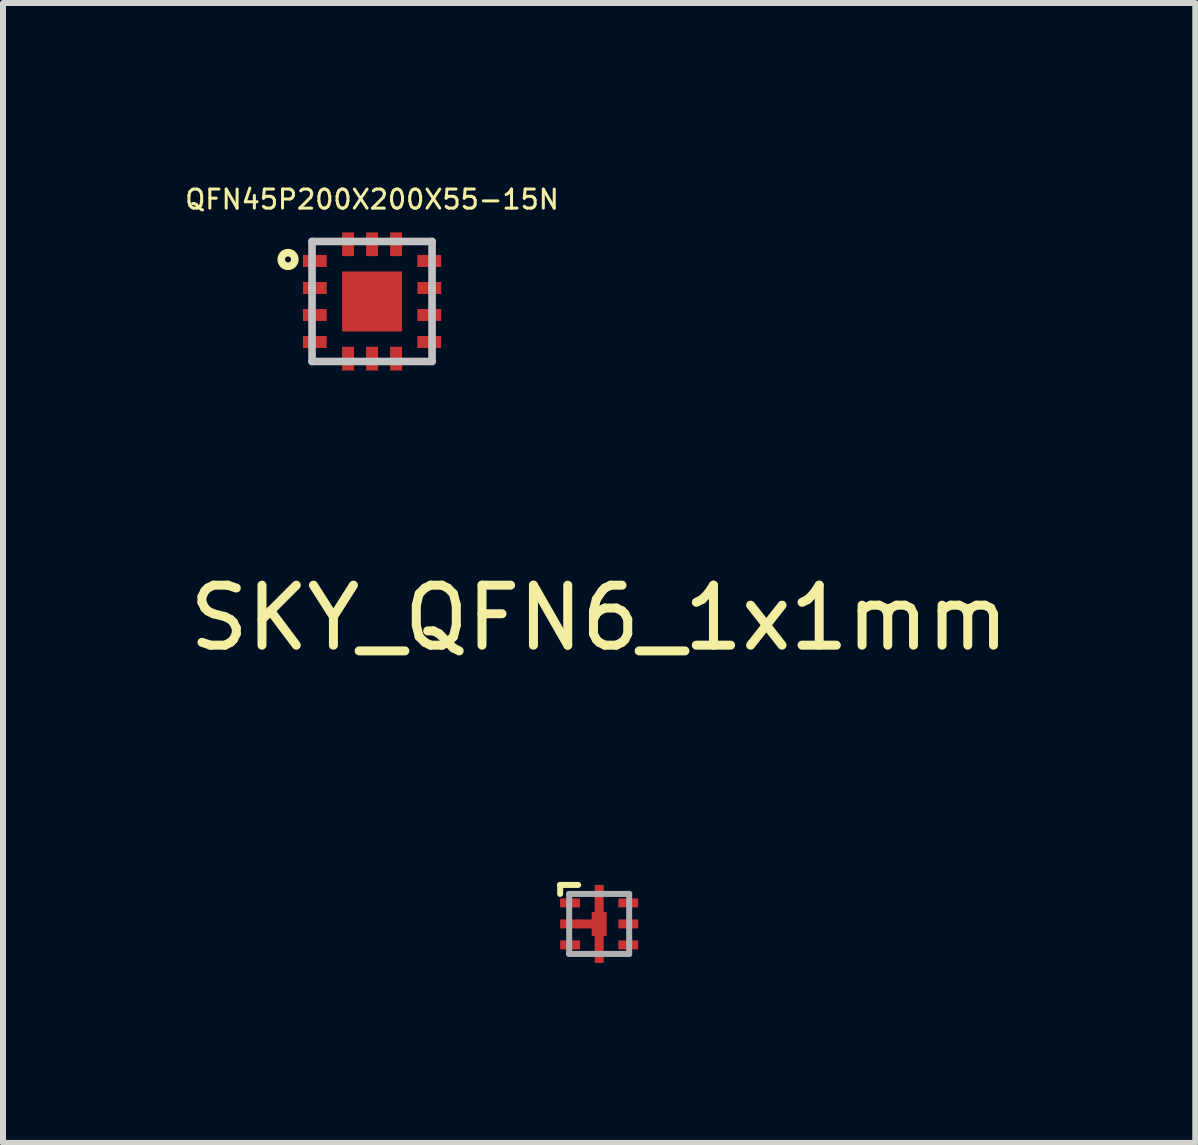
<source format=kicad_pcb>
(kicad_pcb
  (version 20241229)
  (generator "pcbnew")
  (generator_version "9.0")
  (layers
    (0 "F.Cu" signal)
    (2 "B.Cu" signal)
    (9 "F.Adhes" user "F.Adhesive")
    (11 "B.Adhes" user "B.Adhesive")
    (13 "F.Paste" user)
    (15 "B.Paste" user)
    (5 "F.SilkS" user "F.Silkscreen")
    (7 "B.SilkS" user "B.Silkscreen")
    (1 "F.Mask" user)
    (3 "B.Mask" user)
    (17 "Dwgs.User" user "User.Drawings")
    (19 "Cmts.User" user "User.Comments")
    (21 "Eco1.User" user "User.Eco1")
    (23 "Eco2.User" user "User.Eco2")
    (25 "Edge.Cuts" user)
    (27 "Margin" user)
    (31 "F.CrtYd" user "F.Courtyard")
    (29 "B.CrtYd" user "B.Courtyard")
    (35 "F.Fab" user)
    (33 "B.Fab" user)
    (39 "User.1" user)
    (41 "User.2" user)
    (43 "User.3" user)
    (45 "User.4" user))
  (footprint "SKY_QFN6_1x1mm"
    (layer "F.Cu")
    (at 6.935 12.347)
    (property "Reference" "SKY_QFN6_1x1mm" (at 0 -5.1 0) (layer "F.SilkS") (effects (font (size 1 1) (thickness 0.15))))
    (attr through_hole)
    (fp_line (start -0.65 -0.65) (end -0.65 -0.5) (stroke (width 0.1) (type solid)) (layer "F.SilkS"))
    (fp_line (start -0.35 -0.65) (end -0.65 -0.65) (stroke (width 0.1) (type solid)) (layer "F.SilkS"))
    (fp_line (start -0.5 -0.5) (end -0.5 0.5) (stroke (width 0.1) (type solid)) (layer "F.Fab"))
    (fp_line (start -0.5 -0.5) (end 0.5 -0.5) (stroke (width 0.1) (type solid)) (layer "F.Fab"))
    (fp_line (start -0.5 0.5) (end 0.5 0.5) (stroke (width 0.1) (type solid)) (layer "F.Fab"))
    (fp_line (start 0.5 -0.5) (end 0.5 0.5) (stroke (width 0.1) (type solid)) (layer "F.Fab"))
    (pad "1" smd rect (at -0.485 -0.35 90) (size 0.15 0.33) (layers "F.Cu" "F.Mask" "F.Paste"))
    (pad "2" smd rect (at -0.485 0 90) (size 0.15 0.33) (layers "F.Cu" "F.Mask" "F.Paste"))
    (pad "2" smd rect (at -0.2 0 90) (size 0.15 0.33) (layers "F.Cu" "F.Mask" "F.Paste"))
    (pad "2" smd rect (at 0 -0.4 180) (size 0.15 0.5) (layers "F.Cu" "F.Mask" "F.Paste"))
    (pad "2" smd rect (at 0 0 180) (size 0.25 0.4) (layers "F.Cu" "F.Mask" "F.Paste"))
    (pad "2" smd rect (at 0 0.4 180) (size 0.15 0.5) (layers "F.Cu" "F.Mask" "F.Paste"))
    (pad "3" smd rect (at -0.485 0.35 90) (size 0.15 0.33) (layers "F.Cu" "F.Mask" "F.Paste"))
    (pad "4" smd rect (at 0.485 0.35 90) (size 0.15 0.33) (layers "F.Cu" "F.Mask" "F.Paste"))
    (pad "5" smd rect (at 0.485 0 90) (size 0.15 0.33) (layers "F.Cu" "F.Mask" "F.Paste"))
    (pad "6" smd rect (at 0.485 -0.35 90) (size 0.15 0.33) (layers "F.Cu" "F.Mask" "F.Paste")))
  (footprint "QFN45P200X200X55-15N"
    (layer "F.Cu")
    (at 3.15 1.974)
    (property "Reference" "QFN45P200X200X55-15N" (at 0 -1.7 0) (layer "F.SilkS") (effects (font (size 0.318 0.318) (thickness 0.05))))
    (attr smd)
    (fp_circle (center -1.4 -0.7) (end -1.4 -0.75) (stroke (width 0.127) (type solid)) (fill no) (layer "F.SilkS"))
    (fp_line (start -1 -1) (end 1 -1) (stroke (width 0.127) (type solid)) (layer "Dwgs.User"))
    (fp_line (start -1 1) (end -1 -1) (stroke (width 0.127) (type solid)) (layer "Dwgs.User"))
    (fp_line (start 1 -1) (end 1 1) (stroke (width 0.127) (type solid)) (layer "Dwgs.User"))
    (fp_line (start 1 1) (end -1 1) (stroke (width 0.127) (type solid)) (layer "Dwgs.User"))
    (fp_line (start -1.4 -1.4) (end 1.4 -1.4) (stroke (width 0.05) (type solid)) (layer "Eco1.User"))
    (fp_line (start -1.4 1.4) (end -1.4 -1.4) (stroke (width 0.05) (type solid)) (layer "Eco1.User"))
    (fp_line (start 1.4 -1.4) (end 1.4 1.4) (stroke (width 0.05) (type solid)) (layer "Eco1.User"))
    (fp_line (start 1.4 1.4) (end -1.4 1.4) (stroke (width 0.05) (type solid)) (layer "Eco1.User"))
    (pad "1" smd rect (at -0.953 -0.675 180) (size 0.395 0.2) (layers "F.Cu" "F.Mask" "F.Paste"))
    (pad "2" smd rect (at -0.953 -0.225 180) (size 0.395 0.2) (layers "F.Cu" "F.Mask" "F.Paste"))
    (pad "3" smd rect (at -0.953 0.225 180) (size 0.395 0.2) (layers "F.Cu" "F.Mask" "F.Paste"))
    (pad "4" smd rect (at -0.953 0.675 180) (size 0.395 0.2) (layers "F.Cu" "F.Mask" "F.Paste"))
    (pad "5" smd rect (at -0.4 0.953 270) (size 0.395 0.2) (layers "F.Cu" "F.Mask" "F.Paste"))
    (pad "6" smd rect (at 0 0.953 270) (size 0.395 0.2) (layers "F.Cu" "F.Mask" "F.Paste"))
    (pad "7" smd rect (at 0.4 0.953 270) (size 0.395 0.2) (layers "F.Cu" "F.Mask" "F.Paste"))
    (pad "8" smd rect (at 0.953 0.675) (size 0.395 0.2) (layers "F.Cu" "F.Mask" "F.Paste"))
    (pad "9" smd rect (at 0.953 0.225 180) (size 0.395 0.2) (layers "F.Cu" "F.Mask" "F.Paste"))
    (pad "10" smd rect (at 0.953 -0.225 180) (size 0.395 0.2) (layers "F.Cu" "F.Mask" "F.Paste"))
    (pad "11" smd rect (at 0.953 -0.675 180) (size 0.395 0.2) (layers "F.Cu" "F.Mask" "F.Paste"))
    (pad "12" smd rect (at 0.4 -0.953 270) (size 0.395 0.2) (layers "F.Cu" "F.Mask" "F.Paste"))
    (pad "13" smd rect (at 0 -0.953 270) (size 0.395 0.2) (layers "F.Cu" "F.Mask" "F.Paste"))
    (pad "14" smd rect (at -0.4 -0.953 270) (size 0.395 0.2) (layers "F.Cu" "F.Mask" "F.Paste"))
    (pad "15" smd rect (at 0 0 90) (size 1 1) (layers "F.Cu" "F.Mask" "F.Paste")))
  (gr_rect
    (start -3 -3)
    (end 16.869 15.997)
    (stroke (width 0.1) (type default))
    (fill no)
    (layer "Edge.Cuts")))
</source>
